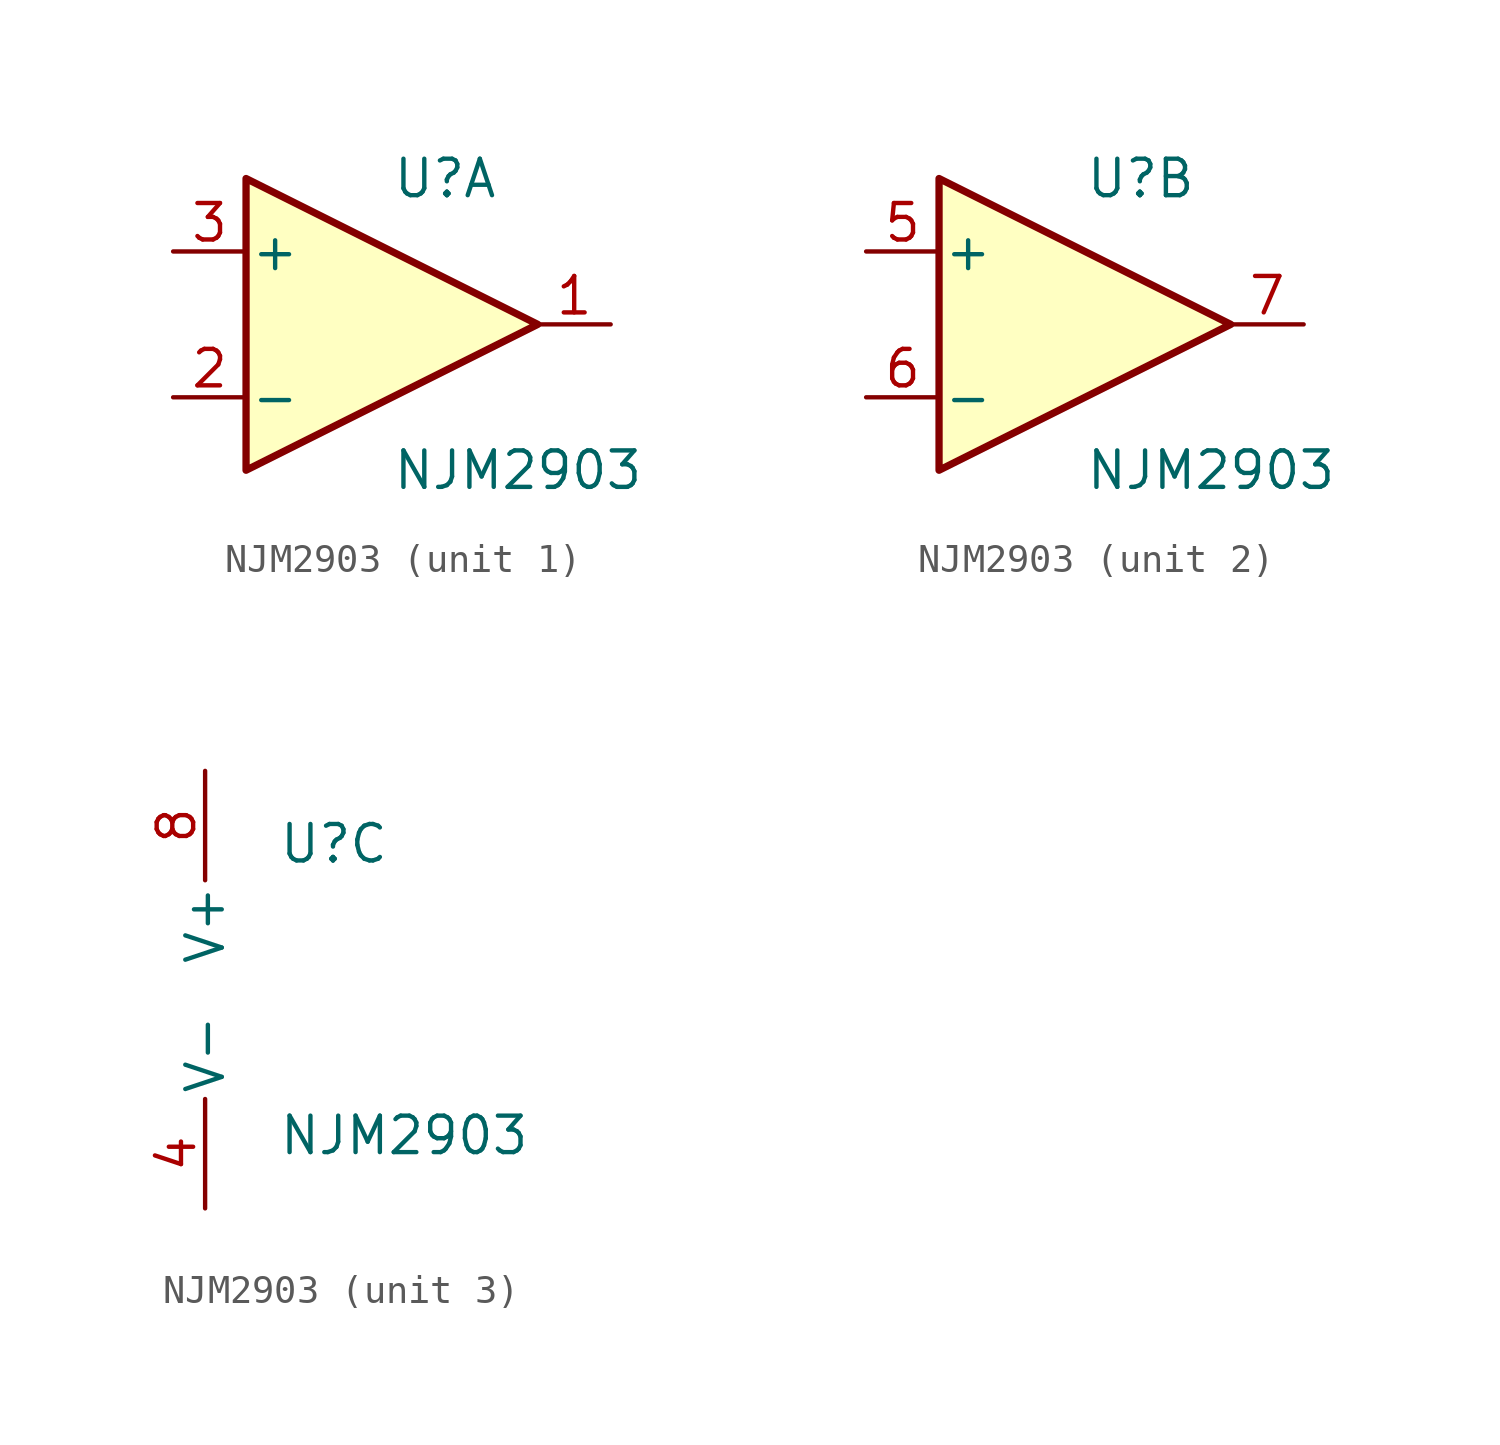
<source format=kicad_sym>
(kicad_symbol_lib
  (version 20231120)
  (generator "kicad_symbol_editor")
  (generator_version "8.0")
  (symbol "NJM2903"
    (pin_names
      (offset 0.127))
    (property "Reference" "U"
      (at 0 5.08 0)
      (effects (font (size 1.27 1.27)) (justify left)))
    (property "Value" "NJM2903"
      (at 0 -5.08 0)
      (effects (font (size 1.27 1.27)) (justify left)))
    (property "ki_locked" ""
      (at 0 0 0)
      (effects (font (size 1.27 1.27))))
    (symbol "NJM2903_1_1"
      (polyline (pts (xy -5.08 5.08) (xy 5.08 0) (xy -5.08 -5.08) (xy -5.08 5.08)) (stroke (width 0.254) (type default)) (fill (type background)))
      (pin output line (at 7.62 0 180) (length 2.54) (name "~" (effects (font (size 1.27 1.27)))) (number "1" (effects (font (size 1.27 1.27)))))
      (pin input line (at -7.62 -2.54 0) (length 2.54) (name "-" (effects (font (size 1.27 1.27)))) (number "2" (effects (font (size 1.27 1.27)))))
      (pin input line (at -7.62 2.54 0) (length 2.54) (name "+" (effects (font (size 1.27 1.27)))) (number "3" (effects (font (size 1.27 1.27))))))
    (symbol "NJM2903_2_1"
      (polyline (pts (xy -5.08 5.08) (xy 5.08 0) (xy -5.08 -5.08) (xy -5.08 5.08)) (stroke (width 0.254) (type default)) (fill (type background)))
      (pin input line (at -7.62 2.54 0) (length 2.54) (name "+" (effects (font (size 1.27 1.27)))) (number "5" (effects (font (size 1.27 1.27)))))
      (pin input line (at -7.62 -2.54 0) (length 2.54) (name "-" (effects (font (size 1.27 1.27)))) (number "6" (effects (font (size 1.27 1.27)))))
      (pin output line (at 7.62 0 180) (length 2.54) (name "~" (effects (font (size 1.27 1.27)))) (number "7" (effects (font (size 1.27 1.27))))))
    (symbol "NJM2903_3_1"
      (pin power_in line (at -2.54 -7.62 90) (length 3.81) (name "V-" (effects (font (size 1.27 1.27)))) (number "4" (effects (font (size 1.27 1.27)))))
      (pin power_in line (at -2.54 7.62 270) (length 3.81) (name "V+" (effects (font (size 1.27 1.27)))) (number "8" (effects (font (size 1.27 1.27))))))))
</source>
